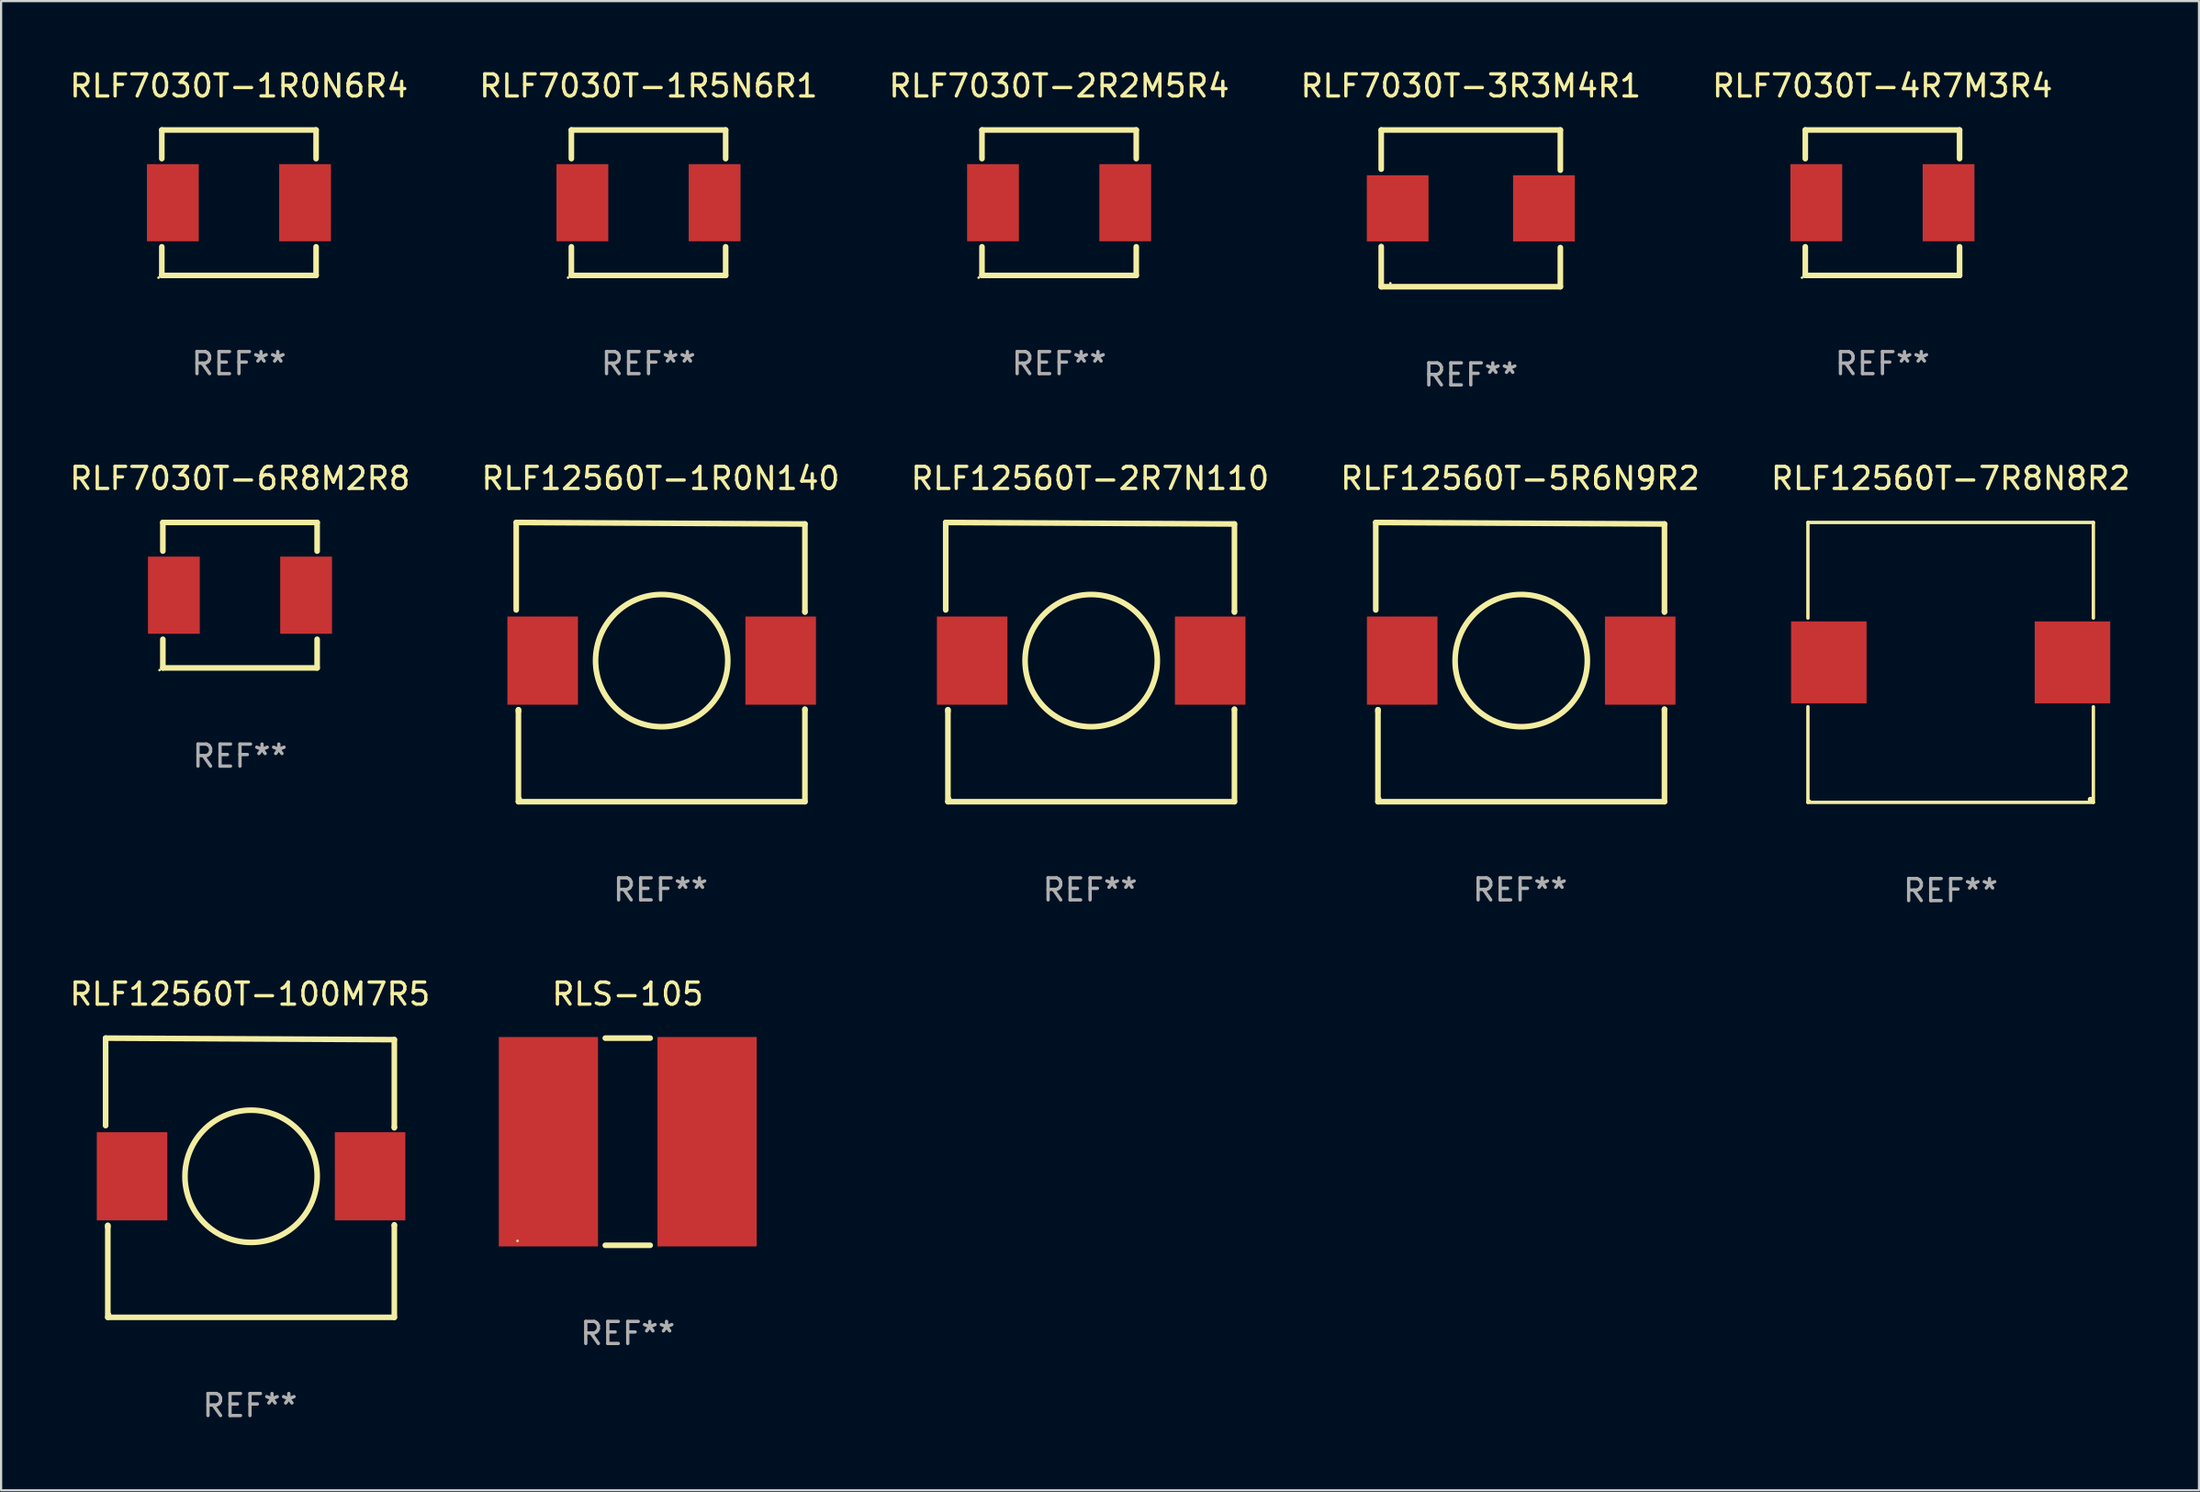
<source format=kicad_pcb>
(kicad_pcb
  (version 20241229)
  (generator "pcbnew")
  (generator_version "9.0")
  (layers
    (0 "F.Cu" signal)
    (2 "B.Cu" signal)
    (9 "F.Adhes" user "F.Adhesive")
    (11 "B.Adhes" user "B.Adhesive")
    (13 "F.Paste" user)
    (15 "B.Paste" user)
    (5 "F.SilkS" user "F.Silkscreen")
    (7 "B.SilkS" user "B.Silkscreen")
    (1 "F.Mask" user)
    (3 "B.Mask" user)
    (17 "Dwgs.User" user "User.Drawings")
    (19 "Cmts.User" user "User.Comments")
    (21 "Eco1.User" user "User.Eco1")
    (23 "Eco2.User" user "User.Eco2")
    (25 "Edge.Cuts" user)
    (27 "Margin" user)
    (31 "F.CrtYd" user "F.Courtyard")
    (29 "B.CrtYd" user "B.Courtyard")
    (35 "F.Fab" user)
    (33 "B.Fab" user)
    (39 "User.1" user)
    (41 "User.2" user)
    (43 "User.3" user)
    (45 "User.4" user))
  (footprint "RLF12560T-7R8N8R2"
    (layer "F.Cu")
    (at 85.458 27.008)
    (property "Reference" "RLF12560T-7R8N8R2" (at 0 -8.351 0) (layer "F.SilkS") (effects (font (size 1 1) (thickness 0.15))))
    (attr through_hole)
    (fp_line (start -6.476 -6.351) (end 6.476 -6.351) (stroke (width 0.152) (type solid)) (layer "F.SilkS"))
    (fp_line (start -6.476 -2.012) (end -6.476 -6.351) (stroke (width 0.152) (type solid)) (layer "F.SilkS"))
    (fp_line (start -6.476 2.012) (end -6.476 6.351) (stroke (width 0.152) (type solid)) (layer "F.SilkS"))
    (fp_line (start -6.476 6.351) (end 6.476 6.351) (stroke (width 0.152) (type solid)) (layer "F.SilkS"))
    (fp_line (start 6.476 -6.351) (end 6.476 -2.012) (stroke (width 0.152) (type solid)) (layer "F.SilkS"))
    (fp_line (start 6.476 6.351) (end 6.476 2.012) (stroke (width 0.152) (type solid)) (layer "F.SilkS"))
    (fp_circle (center -6.4 6.275) (end -6.37 6.275) (stroke (width 0.06) (type solid)) (fill no) (layer "F.SilkS"))
    (fp_circle (center 6.34 6.215) (end 6.4 6.215) (stroke (width 0.12) (type solid)) (fill no) (layer "F.SilkS"))
    (fp_text user "REF**" (at 0 10.351 0) (layer "F.Fab") (effects (font (size 1 1) (thickness 0.15))))
    (pad "1" smd rect (at 5.528 0) (size 3.424 3.72) (layers "F.Cu" "F.Mask" "F.Paste"))
    (pad "2" smd rect (at -5.528 0) (size 3.424 3.72) (layers "F.Cu" "F.Mask" "F.Paste")))
  (footprint "RLS-105"
    (layer "F.Cu")
    (at 25.433 48.756)
    (property "Reference" "RLS-105" (at 0 -6.7 0) (layer "F.SilkS") (effects (font (size 1 1) (thickness 0.15))))
    (attr through_hole)
    (fp_line (start -1.019 -4.7) (end 1.019 -4.7) (stroke (width 0.254) (type solid)) (layer "F.SilkS"))
    (fp_line (start -1.019 4.7) (end 1.019 4.7) (stroke (width 0.254) (type solid)) (layer "F.SilkS"))
    (fp_circle (center -5 4.5) (end -4.97 4.5) (stroke (width 0.06) (type solid)) (fill no) (layer "F.SilkS"))
    (fp_text user "REF**" (at 0 8.7 0) (layer "F.Fab") (effects (font (size 1 1) (thickness 0.15))))
    (pad "1" smd rect (at -3.6 0) (size 4.5 9.5) (layers "F.Cu" "F.Mask" "F.Paste"))
    (pad "2" smd rect (at 3.6 0) (size 4.5 9.5) (layers "F.Cu" "F.Mask" "F.Paste")))
  (footprint "RLF12560T-5R6N9R2"
    (layer "F.Cu")
    (at 65.923 26.992)
    (property "Reference" "RLF12560T-5R6N9R2" (at 0 -8.335 0) (layer "F.SilkS") (effects (font (size 1 1) (thickness 0.15))))
    (attr through_hole)
    (fp_line (start -6.55 -6.335) (end 6.55 -6.266) (stroke (width 0.254) (type solid)) (layer "F.SilkS"))
    (fp_line (start -6.55 -2.366) (end -6.55 -6.335) (stroke (width 0.254) (type solid)) (layer "F.SilkS"))
    (fp_line (start -6.45 2.164) (end -6.45 2.234) (stroke (width 0.254) (type solid)) (layer "F.SilkS"))
    (fp_line (start -6.45 6.335) (end -6.45 2.164) (stroke (width 0.254) (type solid)) (layer "F.SilkS"))
    (fp_line (start 6.55 -6.266) (end 6.55 -2.296) (stroke (width 0.254) (type solid)) (layer "F.SilkS"))
    (fp_line (start 6.55 -2.296) (end 6.55 -2.266) (stroke (width 0.254) (type solid)) (layer "F.SilkS"))
    (fp_line (start 6.55 2.164) (end 6.55 6.335) (stroke (width 0.254) (type solid)) (layer "F.SilkS"))
    (fp_line (start 6.55 6.335) (end -6.45 6.335) (stroke (width 0.254) (type solid)) (layer "F.SilkS"))
    (fp_line (start 6.55 2.134) (end 6.55 2.164) (stroke (width 0.254) (type solid)) (layer "F.SilkS"))
    (fp_circle (center -6.349 6.184) (end -6.319 6.184) (stroke (width 0.06) (type solid)) (fill no) (layer "F.SilkS"))
    (fp_circle (center 0.05 -0.066) (end 3.05 -0.066) (stroke (width 0.254) (type solid)) (fill no) (layer "F.SilkS"))
    (fp_text user "REF**" (at 0 10.335 0) (layer "F.Fab") (effects (font (size 1 1) (thickness 0.15))))
    (pad "1" smd rect (at -5.35 -0.066) (size 3.2 4) (layers "F.Cu" "F.Mask" "F.Paste"))
    (pad "2" smd rect (at 5.45 -0.066) (size 3.2 4) (layers "F.Cu" "F.Mask" "F.Paste")))
  (footprint "RLF12560T-100M7R5"
    (layer "F.Cu")
    (at 8.292 50.391)
    (property "Reference" "RLF12560T-100M7R5" (at 0 -8.335 0) (layer "F.SilkS") (effects (font (size 1 1) (thickness 0.15))))
    (attr through_hole)
    (fp_line (start -6.55 -6.335) (end 6.55 -6.266) (stroke (width 0.254) (type solid)) (layer "F.SilkS"))
    (fp_line (start -6.55 -2.366) (end -6.55 -6.335) (stroke (width 0.254) (type solid)) (layer "F.SilkS"))
    (fp_line (start -6.45 2.164) (end -6.45 2.234) (stroke (width 0.254) (type solid)) (layer "F.SilkS"))
    (fp_line (start -6.45 6.335) (end -6.45 2.164) (stroke (width 0.254) (type solid)) (layer "F.SilkS"))
    (fp_line (start 6.55 -6.266) (end 6.55 -2.296) (stroke (width 0.254) (type solid)) (layer "F.SilkS"))
    (fp_line (start 6.55 -2.296) (end 6.55 -2.266) (stroke (width 0.254) (type solid)) (layer "F.SilkS"))
    (fp_line (start 6.55 2.164) (end 6.55 6.335) (stroke (width 0.254) (type solid)) (layer "F.SilkS"))
    (fp_line (start 6.55 6.335) (end -6.45 6.335) (stroke (width 0.254) (type solid)) (layer "F.SilkS"))
    (fp_line (start 6.55 2.134) (end 6.55 2.164) (stroke (width 0.254) (type solid)) (layer "F.SilkS"))
    (fp_circle (center -6.349 6.184) (end -6.319 6.184) (stroke (width 0.06) (type solid)) (fill no) (layer "F.SilkS"))
    (fp_circle (center 0.05 -0.066) (end 3.05 -0.066) (stroke (width 0.254) (type solid)) (fill no) (layer "F.SilkS"))
    (fp_text user "REF**" (at 0 10.335 0) (layer "F.Fab") (effects (font (size 1 1) (thickness 0.15))))
    (pad "1" smd rect (at -5.35 -0.066) (size 3.2 4) (layers "F.Cu" "F.Mask" "F.Paste"))
    (pad "2" smd rect (at 5.45 -0.066) (size 3.2 4) (layers "F.Cu" "F.Mask" "F.Paste")))
  (footprint "RLF7030T-6R8M2R8"
    (layer "F.Cu")
    (at 7.839 23.957)
    (property "Reference" "RLF7030T-6R8M2R8" (at 0 -5.3 0) (layer "F.SilkS") (effects (font (size 1 1) (thickness 0.15))))
    (attr through_hole)
    (fp_line (start -3.5 3.3) (end 3.5 3.3) (stroke (width 0.254) (type solid)) (layer "F.SilkS"))
    (fp_line (start -3.5 -3.3) (end -3.5 -2) (stroke (width 0.254) (type solid)) (layer "F.SilkS"))
    (fp_line (start -3.5 -3.3) (end 3.5 -3.3) (stroke (width 0.254) (type solid)) (layer "F.SilkS"))
    (fp_line (start -3.5 2) (end -3.5 3.3) (stroke (width 0.254) (type solid)) (layer "F.SilkS"))
    (fp_line (start 3.5 -3.3) (end 3.5 -2) (stroke (width 0.254) (type solid)) (layer "F.SilkS"))
    (fp_line (start 3.5 2) (end 3.5 3.3) (stroke (width 0.254) (type solid)) (layer "F.SilkS"))
    (fp_circle (center -3.65 3.4) (end -3.62 3.4) (stroke (width 0.06) (type solid)) (fill no) (layer "F.SilkS"))
    (fp_text user "REF**" (at 0 7.3 0) (layer "F.Fab") (effects (font (size 1 1) (thickness 0.15))))
    (pad "1" smd rect (at -3 0) (size 2.35 3.5) (layers "F.Cu" "F.Mask" "F.Paste"))
    (pad "2" smd rect (at 3 0) (size 2.35 3.5) (layers "F.Cu" "F.Mask" "F.Paste")))
  (footprint "RLF7030T-2R2M5R4"
    (layer "F.Cu")
    (at 45.006 6.148)
    (property "Reference" "RLF7030T-2R2M5R4" (at 0 -5.3 0) (layer "F.SilkS") (effects (font (size 1 1) (thickness 0.15))))
    (attr through_hole)
    (fp_line (start -3.5 3.3) (end 3.5 3.3) (stroke (width 0.254) (type solid)) (layer "F.SilkS"))
    (fp_line (start -3.5 -3.3) (end -3.5 -2) (stroke (width 0.254) (type solid)) (layer "F.SilkS"))
    (fp_line (start -3.5 -3.3) (end 3.5 -3.3) (stroke (width 0.254) (type solid)) (layer "F.SilkS"))
    (fp_line (start -3.5 2) (end -3.5 3.3) (stroke (width 0.254) (type solid)) (layer "F.SilkS"))
    (fp_line (start 3.5 -3.3) (end 3.5 -2) (stroke (width 0.254) (type solid)) (layer "F.SilkS"))
    (fp_line (start 3.5 2) (end 3.5 3.3) (stroke (width 0.254) (type solid)) (layer "F.SilkS"))
    (fp_circle (center -3.65 3.4) (end -3.62 3.4) (stroke (width 0.06) (type solid)) (fill no) (layer "F.SilkS"))
    (fp_text user "REF**" (at 0 7.3 0) (layer "F.Fab") (effects (font (size 1 1) (thickness 0.15))))
    (pad "1" smd rect (at -3 0) (size 2.35 3.5) (layers "F.Cu" "F.Mask" "F.Paste"))
    (pad "2" smd rect (at 3 0) (size 2.35 3.5) (layers "F.Cu" "F.Mask" "F.Paste")))
  (footprint "RLF12560T-2R7N110"
    (layer "F.Cu")
    (at 46.411 26.992)
    (property "Reference" "RLF12560T-2R7N110" (at 0 -8.335 0) (layer "F.SilkS") (effects (font (size 1 1) (thickness 0.15))))
    (attr through_hole)
    (fp_line (start -6.55 -6.335) (end 6.55 -6.266) (stroke (width 0.254) (type solid)) (layer "F.SilkS"))
    (fp_line (start -6.55 -2.366) (end -6.55 -6.335) (stroke (width 0.254) (type solid)) (layer "F.SilkS"))
    (fp_line (start -6.45 2.164) (end -6.45 2.234) (stroke (width 0.254) (type solid)) (layer "F.SilkS"))
    (fp_line (start -6.45 6.335) (end -6.45 2.164) (stroke (width 0.254) (type solid)) (layer "F.SilkS"))
    (fp_line (start 6.55 -6.266) (end 6.55 -2.296) (stroke (width 0.254) (type solid)) (layer "F.SilkS"))
    (fp_line (start 6.55 -2.296) (end 6.55 -2.266) (stroke (width 0.254) (type solid)) (layer "F.SilkS"))
    (fp_line (start 6.55 2.164) (end 6.55 6.335) (stroke (width 0.254) (type solid)) (layer "F.SilkS"))
    (fp_line (start 6.55 6.335) (end -6.45 6.335) (stroke (width 0.254) (type solid)) (layer "F.SilkS"))
    (fp_line (start 6.55 2.134) (end 6.55 2.164) (stroke (width 0.254) (type solid)) (layer "F.SilkS"))
    (fp_circle (center -6.349 6.184) (end -6.319 6.184) (stroke (width 0.06) (type solid)) (fill no) (layer "F.SilkS"))
    (fp_circle (center 0.05 -0.066) (end 3.05 -0.066) (stroke (width 0.254) (type solid)) (fill no) (layer "F.SilkS"))
    (fp_text user "REF**" (at 0 10.335 0) (layer "F.Fab") (effects (font (size 1 1) (thickness 0.15))))
    (pad "1" smd rect (at -5.35 -0.066) (size 3.2 4) (layers "F.Cu" "F.Mask" "F.Paste"))
    (pad "2" smd rect (at 5.45 -0.066) (size 3.2 4) (layers "F.Cu" "F.Mask" "F.Paste")))
  (footprint "RLF7030T-4R7M3R4"
    (layer "F.Cu")
    (at 82.363 6.148)
    (property "Reference" "RLF7030T-4R7M3R4" (at 0 -5.3 0) (layer "F.SilkS") (effects (font (size 1 1) (thickness 0.15))))
    (attr through_hole)
    (fp_line (start -3.5 3.3) (end 3.5 3.3) (stroke (width 0.254) (type solid)) (layer "F.SilkS"))
    (fp_line (start -3.5 -3.3) (end -3.5 -2) (stroke (width 0.254) (type solid)) (layer "F.SilkS"))
    (fp_line (start -3.5 -3.3) (end 3.5 -3.3) (stroke (width 0.254) (type solid)) (layer "F.SilkS"))
    (fp_line (start -3.5 2) (end -3.5 3.3) (stroke (width 0.254) (type solid)) (layer "F.SilkS"))
    (fp_line (start 3.5 -3.3) (end 3.5 -2) (stroke (width 0.254) (type solid)) (layer "F.SilkS"))
    (fp_line (start 3.5 2) (end 3.5 3.3) (stroke (width 0.254) (type solid)) (layer "F.SilkS"))
    (fp_circle (center -3.65 3.4) (end -3.62 3.4) (stroke (width 0.06) (type solid)) (fill no) (layer "F.SilkS"))
    (fp_text user "REF**" (at 0 7.3 0) (layer "F.Fab") (effects (font (size 1 1) (thickness 0.15))))
    (pad "1" smd rect (at -3 0) (size 2.35 3.5) (layers "F.Cu" "F.Mask" "F.Paste"))
    (pad "2" smd rect (at 3 0) (size 2.35 3.5) (layers "F.Cu" "F.Mask" "F.Paste")))
  (footprint "RLF12560T-1R0N140"
    (layer "F.Cu")
    (at 26.923 26.992)
    (property "Reference" "RLF12560T-1R0N140" (at 0 -8.335 0) (layer "F.SilkS") (effects (font (size 1 1) (thickness 0.15))))
    (attr through_hole)
    (fp_line (start -6.55 -6.335) (end 6.55 -6.266) (stroke (width 0.254) (type solid)) (layer "F.SilkS"))
    (fp_line (start -6.55 -2.366) (end -6.55 -6.335) (stroke (width 0.254) (type solid)) (layer "F.SilkS"))
    (fp_line (start -6.45 2.164) (end -6.45 2.234) (stroke (width 0.254) (type solid)) (layer "F.SilkS"))
    (fp_line (start -6.45 6.335) (end -6.45 2.164) (stroke (width 0.254) (type solid)) (layer "F.SilkS"))
    (fp_line (start 6.55 -6.266) (end 6.55 -2.296) (stroke (width 0.254) (type solid)) (layer "F.SilkS"))
    (fp_line (start 6.55 -2.296) (end 6.55 -2.266) (stroke (width 0.254) (type solid)) (layer "F.SilkS"))
    (fp_line (start 6.55 2.164) (end 6.55 6.335) (stroke (width 0.254) (type solid)) (layer "F.SilkS"))
    (fp_line (start 6.55 6.335) (end -6.45 6.335) (stroke (width 0.254) (type solid)) (layer "F.SilkS"))
    (fp_line (start 6.55 2.134) (end 6.55 2.164) (stroke (width 0.254) (type solid)) (layer "F.SilkS"))
    (fp_circle (center -6.349 6.184) (end -6.319 6.184) (stroke (width 0.06) (type solid)) (fill no) (layer "F.SilkS"))
    (fp_circle (center 0.05 -0.066) (end 3.05 -0.066) (stroke (width 0.254) (type solid)) (fill no) (layer "F.SilkS"))
    (fp_text user "REF**" (at 0 10.335 0) (layer "F.Fab") (effects (font (size 1 1) (thickness 0.15))))
    (pad "1" smd rect (at -5.35 -0.066) (size 3.2 4) (layers "F.Cu" "F.Mask" "F.Paste"))
    (pad "2" smd rect (at 5.45 -0.066) (size 3.2 4) (layers "F.Cu" "F.Mask" "F.Paste")))
  (footprint "RLF7030T-1R0N6R4"
    (layer "F.Cu")
    (at 7.792 6.148)
    (property "Reference" "RLF7030T-1R0N6R4" (at 0 -5.3 0) (layer "F.SilkS") (effects (font (size 1 1) (thickness 0.15))))
    (attr through_hole)
    (fp_line (start -3.5 3.3) (end 3.5 3.3) (stroke (width 0.254) (type solid)) (layer "F.SilkS"))
    (fp_line (start -3.5 -3.3) (end -3.5 -2) (stroke (width 0.254) (type solid)) (layer "F.SilkS"))
    (fp_line (start -3.5 -3.3) (end 3.5 -3.3) (stroke (width 0.254) (type solid)) (layer "F.SilkS"))
    (fp_line (start -3.5 2) (end -3.5 3.3) (stroke (width 0.254) (type solid)) (layer "F.SilkS"))
    (fp_line (start 3.5 -3.3) (end 3.5 -2) (stroke (width 0.254) (type solid)) (layer "F.SilkS"))
    (fp_line (start 3.5 2) (end 3.5 3.3) (stroke (width 0.254) (type solid)) (layer "F.SilkS"))
    (fp_circle (center -3.65 3.4) (end -3.62 3.4) (stroke (width 0.06) (type solid)) (fill no) (layer "F.SilkS"))
    (fp_text user "REF**" (at 0 7.3 0) (layer "F.Fab") (effects (font (size 1 1) (thickness 0.15))))
    (pad "1" smd rect (at -3 0) (size 2.35 3.5) (layers "F.Cu" "F.Mask" "F.Paste"))
    (pad "2" smd rect (at 3 0) (size 2.35 3.5) (layers "F.Cu" "F.Mask" "F.Paste")))
  (footprint "RLF7030T-3R3M4R1"
    (layer "F.Cu")
    (at 63.685 6.404)
    (property "Reference" "RLF7030T-3R3M4R1" (at 0 -5.556 0) (layer "F.SilkS") (effects (font (size 1 1) (thickness 0.15))))
    (attr through_hole)
    (fp_line (start -4.064 -3.556) (end 4.064 -3.556) (stroke (width 0.254) (type solid)) (layer "F.SilkS"))
    (fp_line (start -4.064 -1.778) (end -4.064 -3.556) (stroke (width 0.254) (type solid)) (layer "F.SilkS"))
    (fp_line (start -4.064 3.556) (end -4.064 1.731) (stroke (width 0.254) (type solid)) (layer "F.SilkS"))
    (fp_line (start 4.064 -3.556) (end 4.064 -1.731) (stroke (width 0.254) (type solid)) (layer "F.SilkS"))
    (fp_line (start 4.064 1.778) (end 4.064 3.556) (stroke (width 0.254) (type solid)) (layer "F.SilkS"))
    (fp_line (start 4.064 3.556) (end -4.064 3.556) (stroke (width 0.254) (type solid)) (layer "F.SilkS"))
    (fp_circle (center -3.65 3.4) (end -3.62 3.4) (stroke (width 0.06) (type solid)) (fill no) (layer "F.SilkS"))
    (fp_text user "REF**" (at 0 7.556 0) (layer "F.Fab") (effects (font (size 1 1) (thickness 0.15))))
    (pad "1" smd rect (at -3.318 0) (size 2.8 3) (layers "F.Cu" "F.Mask" "F.Paste"))
    (pad "2" smd rect (at 3.318 0) (size 2.8 3) (layers "F.Cu" "F.Mask" "F.Paste")))
  (footprint "RLF7030T-1R5N6R1"
    (layer "F.Cu")
    (at 26.375 6.148)
    (property "Reference" "RLF7030T-1R5N6R1" (at 0 -5.3 0) (layer "F.SilkS") (effects (font (size 1 1) (thickness 0.15))))
    (attr through_hole)
    (fp_line (start -3.5 3.3) (end 3.5 3.3) (stroke (width 0.254) (type solid)) (layer "F.SilkS"))
    (fp_line (start -3.5 -3.3) (end -3.5 -2) (stroke (width 0.254) (type solid)) (layer "F.SilkS"))
    (fp_line (start -3.5 -3.3) (end 3.5 -3.3) (stroke (width 0.254) (type solid)) (layer "F.SilkS"))
    (fp_line (start -3.5 2) (end -3.5 3.3) (stroke (width 0.254) (type solid)) (layer "F.SilkS"))
    (fp_line (start 3.5 -3.3) (end 3.5 -2) (stroke (width 0.254) (type solid)) (layer "F.SilkS"))
    (fp_line (start 3.5 2) (end 3.5 3.3) (stroke (width 0.254) (type solid)) (layer "F.SilkS"))
    (fp_circle (center -3.65 3.4) (end -3.62 3.4) (stroke (width 0.06) (type solid)) (fill no) (layer "F.SilkS"))
    (fp_text user "REF**" (at 0 7.3 0) (layer "F.Fab") (effects (font (size 1 1) (thickness 0.15))))
    (pad "1" smd rect (at -3 0) (size 2.35 3.5) (layers "F.Cu" "F.Mask" "F.Paste"))
    (pad "2" smd rect (at 3 0) (size 2.35 3.5) (layers "F.Cu" "F.Mask" "F.Paste")))
  (gr_rect
    (start -3 -3)
    (end 96.726 64.574)
    (stroke (width 0.1) (type default))
    (fill no)
    (layer "Edge.Cuts")))
</source>
